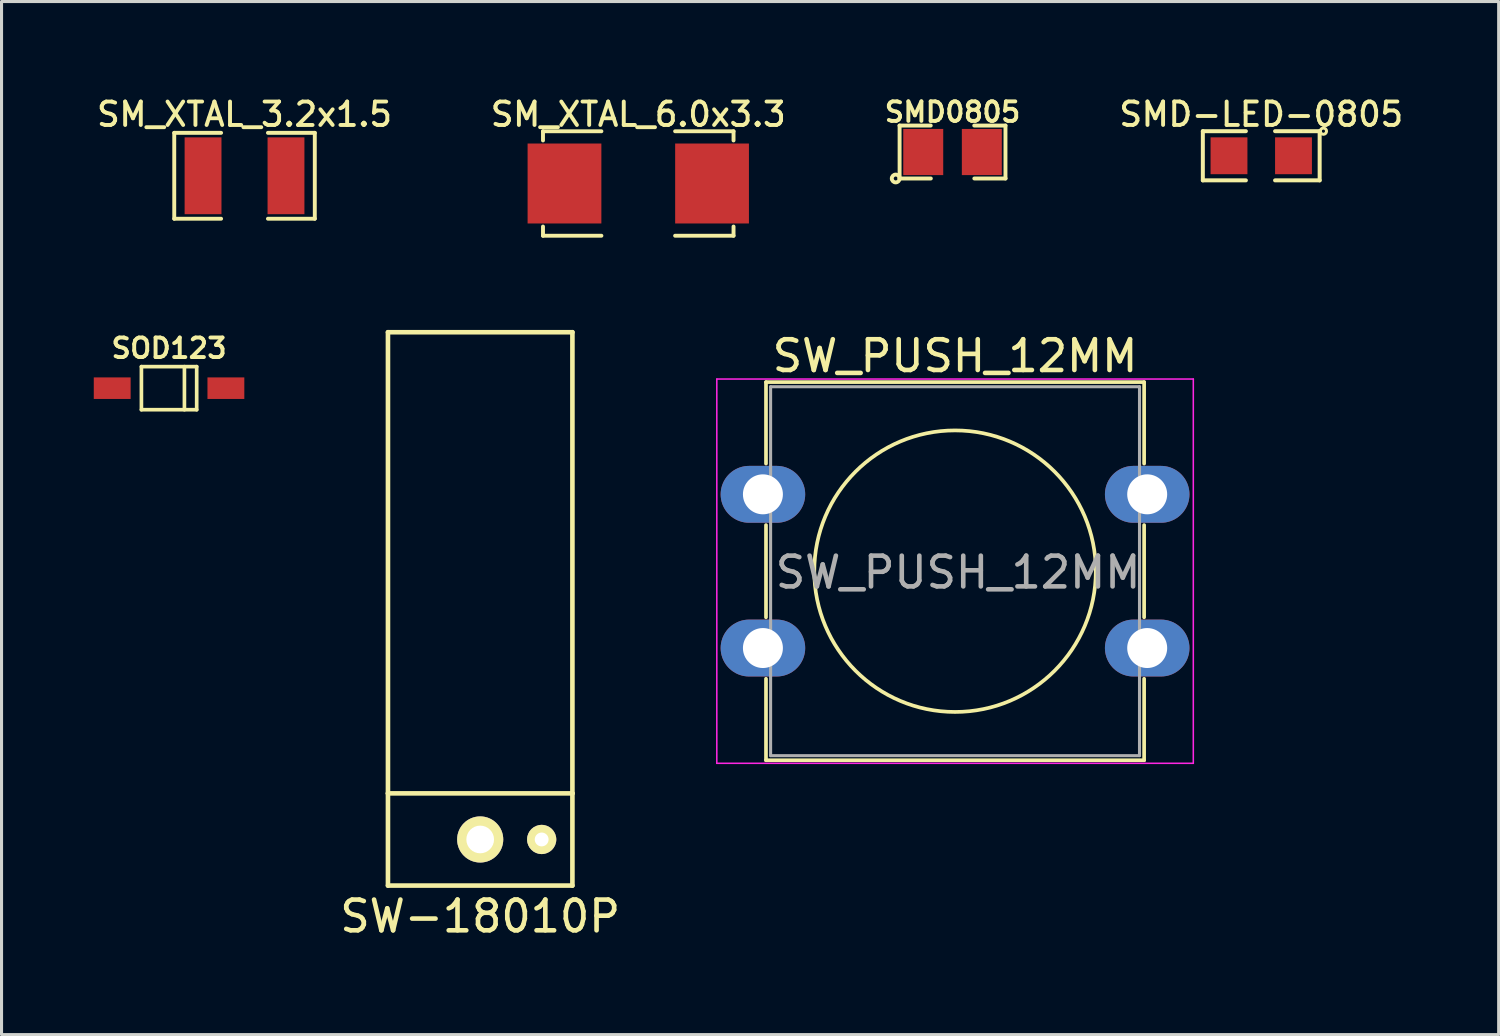
<source format=kicad_pcb>
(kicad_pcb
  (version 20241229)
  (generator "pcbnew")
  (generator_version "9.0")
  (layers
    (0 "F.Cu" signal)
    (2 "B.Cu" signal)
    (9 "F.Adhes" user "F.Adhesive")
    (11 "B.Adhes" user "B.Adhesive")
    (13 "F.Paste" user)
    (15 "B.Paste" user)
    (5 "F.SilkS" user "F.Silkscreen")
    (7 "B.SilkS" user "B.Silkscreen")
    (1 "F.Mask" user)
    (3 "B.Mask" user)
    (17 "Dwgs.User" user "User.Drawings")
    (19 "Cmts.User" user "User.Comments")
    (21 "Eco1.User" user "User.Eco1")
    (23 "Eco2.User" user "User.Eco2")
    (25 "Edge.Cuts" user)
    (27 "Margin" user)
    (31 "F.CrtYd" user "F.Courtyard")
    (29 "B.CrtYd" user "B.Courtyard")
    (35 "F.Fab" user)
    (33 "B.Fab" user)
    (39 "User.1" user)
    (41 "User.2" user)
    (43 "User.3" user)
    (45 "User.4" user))
  (footprint "SM_XTAL_3.2x1.5"
    (layer "F.Cu")
    (at 4.904 2.668)
    (property "Reference" "SM_XTAL_3.2x1.5" (at 0 -1.999 0) (layer "F.SilkS") (effects (font (size 0.762 0.762) (thickness 0.127))))
    (attr smd)
    (fp_line (start -2.286 -1.397) (end -2.286 1.397) (stroke (width 0.127) (type solid)) (layer "F.SilkS"))
    (fp_line (start -2.286 1.397) (end -0.762 1.397) (stroke (width 0.127) (type solid)) (layer "F.SilkS"))
    (fp_line (start -0.762 -1.397) (end -2.286 -1.397) (stroke (width 0.127) (type solid)) (layer "F.SilkS"))
    (fp_line (start 0.762 1.397) (end 2.286 1.397) (stroke (width 0.127) (type solid)) (layer "F.SilkS"))
    (fp_line (start 2.286 -1.397) (end 0.762 -1.397) (stroke (width 0.127) (type solid)) (layer "F.SilkS"))
    (fp_line (start 2.286 1.397) (end 2.286 -1.397) (stroke (width 0.127) (type solid)) (layer "F.SilkS"))
    (pad "1" smd rect (at -1.349 0) (size 1.199 2.499) (layers "F.Cu" "F.Mask" "F.Paste"))
    (pad "2" smd rect (at 1.349 0) (size 1.199 2.499) (layers "F.Cu" "F.Mask" "F.Paste")))
  (footprint "SM_XTAL_6.0x3.3"
    (layer "F.Cu")
    (at 17.712 2.919)
    (property "Reference" "SM_XTAL_6.0x3.3" (at 0 -2.25 0) (layer "F.SilkS") (effects (font (size 0.762 0.762) (thickness 0.127))))
    (attr smd)
    (fp_line (start -3.099 -1.699) (end -3.099 -1.4) (stroke (width 0.127) (type solid)) (layer "F.SilkS"))
    (fp_line (start -3.099 -1.699) (end -1.199 -1.699) (stroke (width 0.127) (type solid)) (layer "F.SilkS"))
    (fp_line (start -3.099 1.4) (end -3.099 1.699) (stroke (width 0.127) (type solid)) (layer "F.SilkS"))
    (fp_line (start -3.099 1.699) (end -1.199 1.699) (stroke (width 0.127) (type solid)) (layer "F.SilkS"))
    (fp_line (start 3.099 -1.699) (end 1.199 -1.699) (stroke (width 0.127) (type solid)) (layer "F.SilkS"))
    (fp_line (start 3.099 -1.699) (end 3.099 -1.4) (stroke (width 0.127) (type solid)) (layer "F.SilkS"))
    (fp_line (start 3.099 1.4) (end 3.099 1.699) (stroke (width 0.127) (type solid)) (layer "F.SilkS"))
    (fp_line (start 3.099 1.699) (end 1.199 1.699) (stroke (width 0.127) (type solid)) (layer "F.SilkS"))
    (pad "1" smd rect (at -2.4 0) (size 2.4 2.601) (layers "F.Cu" "F.Mask" "F.Paste"))
    (pad "2" smd rect (at 2.4 0) (size 2.4 2.601) (layers "F.Cu" "F.Mask" "F.Paste")))
  (footprint "SMD0805"
    (layer "F.Cu")
    (at 27.935 1.895)
    (property "Reference" "SMD0805" (at 0 -1.3 0) (layer "F.SilkS") (effects (font (size 0.635 0.635) (thickness 0.127))))
    (attr smd)
    (fp_line (start -1.725 -0.861) (end -0.709 -0.861) (stroke (width 0.127) (type solid)) (layer "F.SilkS"))
    (fp_line (start -1.722 0.861) (end -1.722 -0.861) (stroke (width 0.127) (type solid)) (layer "F.SilkS"))
    (fp_line (start -0.706 0.861) (end -1.722 0.861) (stroke (width 0.127) (type solid)) (layer "F.SilkS"))
    (fp_line (start 0.706 -0.861) (end 1.722 -0.861) (stroke (width 0.127) (type solid)) (layer "F.SilkS"))
    (fp_line (start 1.722 -0.861) (end 1.722 0.861) (stroke (width 0.127) (type solid)) (layer "F.SilkS"))
    (fp_line (start 1.725 0.861) (end 0.709 0.861) (stroke (width 0.127) (type solid)) (layer "F.SilkS"))
    (fp_circle (center -1.849 0.861) (end -1.849 0.734) (stroke (width 0.127) (type solid)) (fill no) (layer "F.SilkS"))
    (pad "1" smd rect (at -0.953 0) (size 1.3 1.501) (layers "F.Cu" "F.Mask" "F.Paste"))
    (pad "2" smd rect (at 0.953 0) (size 1.3 1.501) (layers "F.Cu" "F.Mask" "F.Paste")))
  (footprint "SW-18010P"
    (layer "F.Cu")
    (at 12.57 24.257)
    (property "Reference" "SW-18010P" (at 0 2.5 0) (layer "F.SilkS") (effects (font (size 1 1) (thickness 0.15))))
    (attr through_hole)
    (fp_line (start -3 -16.5) (end 3 -16.5) (stroke (width 0.15) (type solid)) (layer "F.SilkS"))
    (fp_line (start -3 -1.5) (end -3 -16.5) (stroke (width 0.15) (type solid)) (layer "F.SilkS"))
    (fp_line (start -3 -1.5) (end -3 1.5) (stroke (width 0.15) (type solid)) (layer "F.SilkS"))
    (fp_line (start -3 -1.5) (end 3 -1.5) (stroke (width 0.15) (type solid)) (layer "F.SilkS"))
    (fp_line (start -3 1.5) (end 3 1.5) (stroke (width 0.15) (type solid)) (layer "F.SilkS"))
    (fp_line (start 3 -1.5) (end 3 -16.5) (stroke (width 0.15) (type solid)) (layer "F.SilkS"))
    (fp_line (start 3 1.5) (end 3 -1.5) (stroke (width 0.15) (type solid)) (layer "F.SilkS"))
    (pad "1" thru_hole circle (at 0 0) (size 1.5 1.5) (drill 0.9) (layers "*.Cu" "*.Mask" "F.SilkS"))
    (pad "2" thru_hole circle (at 2 0) (size 0.95 0.95) (drill 0.45) (layers "*.Cu" "*.Mask" "F.SilkS")))
  (footprint "SMD-LED-0805"
    (layer "F.Cu")
    (at 37.977 2.017)
    (property "Reference" "SMD-LED-0805" (at 0 -1.349 0) (layer "F.SilkS") (effects (font (size 0.762 0.762) (thickness 0.127))))
    (attr smd)
    (fp_line (start -1.9 -0.8) (end -1.9 0.8) (stroke (width 0.13) (type solid)) (layer "F.SilkS"))
    (fp_line (start -1.9 -0.8) (end -0.5 -0.8) (stroke (width 0.13) (type solid)) (layer "F.SilkS"))
    (fp_line (start -1.9 0.8) (end -0.5 0.8) (stroke (width 0.13) (type solid)) (layer "F.SilkS"))
    (fp_line (start 0.45 -0.8) (end 1.9 -0.8) (stroke (width 0.13) (type solid)) (layer "F.SilkS"))
    (fp_line (start 0.45 0.8) (end 1.9 0.8) (stroke (width 0.13) (type solid)) (layer "F.SilkS"))
    (fp_line (start 1.9 0.8) (end 1.9 -0.8) (stroke (width 0.13) (type solid)) (layer "F.SilkS"))
    (fp_circle (center 2.022 -0.8) (end 2.123 -0.8) (stroke (width 0.099) (type solid)) (fill no) (layer "F.SilkS"))
    (pad "1" smd rect (at -1.049 0) (size 1.199 1.199) (layers "F.Cu" "F.Mask" "F.Paste"))
    (pad "2" smd rect (at 1.049 0) (size 1.199 1.199) (layers "F.Cu" "F.Mask" "F.Paste")))
  (footprint "SOD123"
    (layer "F.Cu")
    (at 2.449 9.577)
    (property "Reference" "SOD123" (at 0 -1.3 0) (layer "F.SilkS") (effects (font (size 0.635 0.635) (thickness 0.127))))
    (attr smd)
    (fp_line (start -0.899 -0.701) (end 0.899 -0.701) (stroke (width 0.119) (type solid)) (layer "F.SilkS"))
    (fp_line (start -0.899 0.701) (end -0.899 -0.701) (stroke (width 0.119) (type solid)) (layer "F.SilkS"))
    (fp_line (start 0.5 -0.701) (end 0.5 0.701) (stroke (width 0.119) (type solid)) (layer "F.SilkS"))
    (fp_line (start 0.899 -0.701) (end 0.899 0.701) (stroke (width 0.119) (type solid)) (layer "F.SilkS"))
    (fp_line (start 0.899 0.701) (end -0.899 0.701) (stroke (width 0.119) (type solid)) (layer "F.SilkS"))
    (pad "1" smd rect (at -1.849 0) (size 1.199 0.701) (layers "F.Cu" "F.Mask" "F.Paste"))
    (pad "2" smd rect (at 1.849 0) (size 1.199 0.701) (layers "F.Cu" "F.Mask" "F.Paste")))
  (footprint "SW_PUSH_12MM"
    (layer "F.Cu")
    (at 28.017 15.53)
    (property "Reference" "SW_PUSH_12MM" (at 0 -7 0) (layer "F.SilkS") (effects (font (size 1 1) (thickness 0.15))))
    (attr through_hole)
    (fp_line (start -6.15 -6.15) (end 6.15 -6.15) (stroke (width 0.12) (type solid)) (layer "F.SilkS"))
    (fp_line (start -6.15 -3.5) (end -6.15 -6.15) (stroke (width 0.12) (type solid)) (layer "F.SilkS"))
    (fp_line (start -6.15 1.5) (end -6.15 -1.5) (stroke (width 0.12) (type solid)) (layer "F.SilkS"))
    (fp_line (start -6.15 6.15) (end -6.15 3.5) (stroke (width 0.12) (type solid)) (layer "F.SilkS"))
    (fp_line (start 6.15 -6.15) (end 6.15 -3.5) (stroke (width 0.12) (type solid)) (layer "F.SilkS"))
    (fp_line (start 6.15 -1.5) (end 6.15 1.5) (stroke (width 0.12) (type solid)) (layer "F.SilkS"))
    (fp_line (start 6.15 3.5) (end 6.15 6.15) (stroke (width 0.12) (type solid)) (layer "F.SilkS"))
    (fp_line (start 6.15 6.15) (end -6.15 6.15) (stroke (width 0.12) (type solid)) (layer "F.SilkS"))
    (fp_circle (center 0 0) (end 4.579 0) (stroke (width 0.12) (type solid)) (fill no) (layer "F.SilkS"))
    (fp_line (start -7.75 -6.25) (end -7.75 6.25) (stroke (width 0.05) (type solid)) (layer "F.CrtYd"))
    (fp_line (start -7.75 -6.25) (end 7.75 -6.25) (stroke (width 0.05) (type solid)) (layer "F.CrtYd"))
    (fp_line (start 7.75 6.25) (end -7.75 6.25) (stroke (width 0.05) (type solid)) (layer "F.CrtYd"))
    (fp_line (start 7.75 6.25) (end 7.75 -6.25) (stroke (width 0.05) (type solid)) (layer "F.CrtYd"))
    (fp_line (start -6 -6) (end -6 6) (stroke (width 0.1) (type solid)) (layer "F.Fab"))
    (fp_line (start -6 -6) (end 6 -6) (stroke (width 0.1) (type solid)) (layer "F.Fab"))
    (fp_line (start -6 6) (end 6 6) (stroke (width 0.1) (type solid)) (layer "F.Fab"))
    (fp_line (start 6 -6) (end 6 6) (stroke (width 0.1) (type solid)) (layer "F.Fab"))
    (fp_text user "${REFERENCE}" (at 0.1 0.04 0) (layer "F.Fab") (effects (font (size 1 1) (thickness 0.15))))
    (pad "1" thru_hole oval (at -6.25 -2.5) (size 2.75 1.85) (drill 1.3) (layers "*.Cu" "*.Mask"))
    (pad "1" thru_hole oval (at 6.25 -2.5) (size 2.75 1.85) (drill 1.3) (layers "*.Cu" "*.Mask"))
    (pad "2" thru_hole oval (at -6.25 2.5) (size 2.75 1.85) (drill 1.3) (layers "*.Cu" "*.Mask"))
    (pad "2" thru_hole oval (at 6.25 2.5) (size 2.75 1.85) (drill 1.3) (layers "*.Cu" "*.Mask")))
  (gr_rect
    (start -3 -3)
    (end 45.7 30.605)
    (stroke (width 0.1) (type default))
    (fill no)
    (layer "Edge.Cuts")))
</source>
